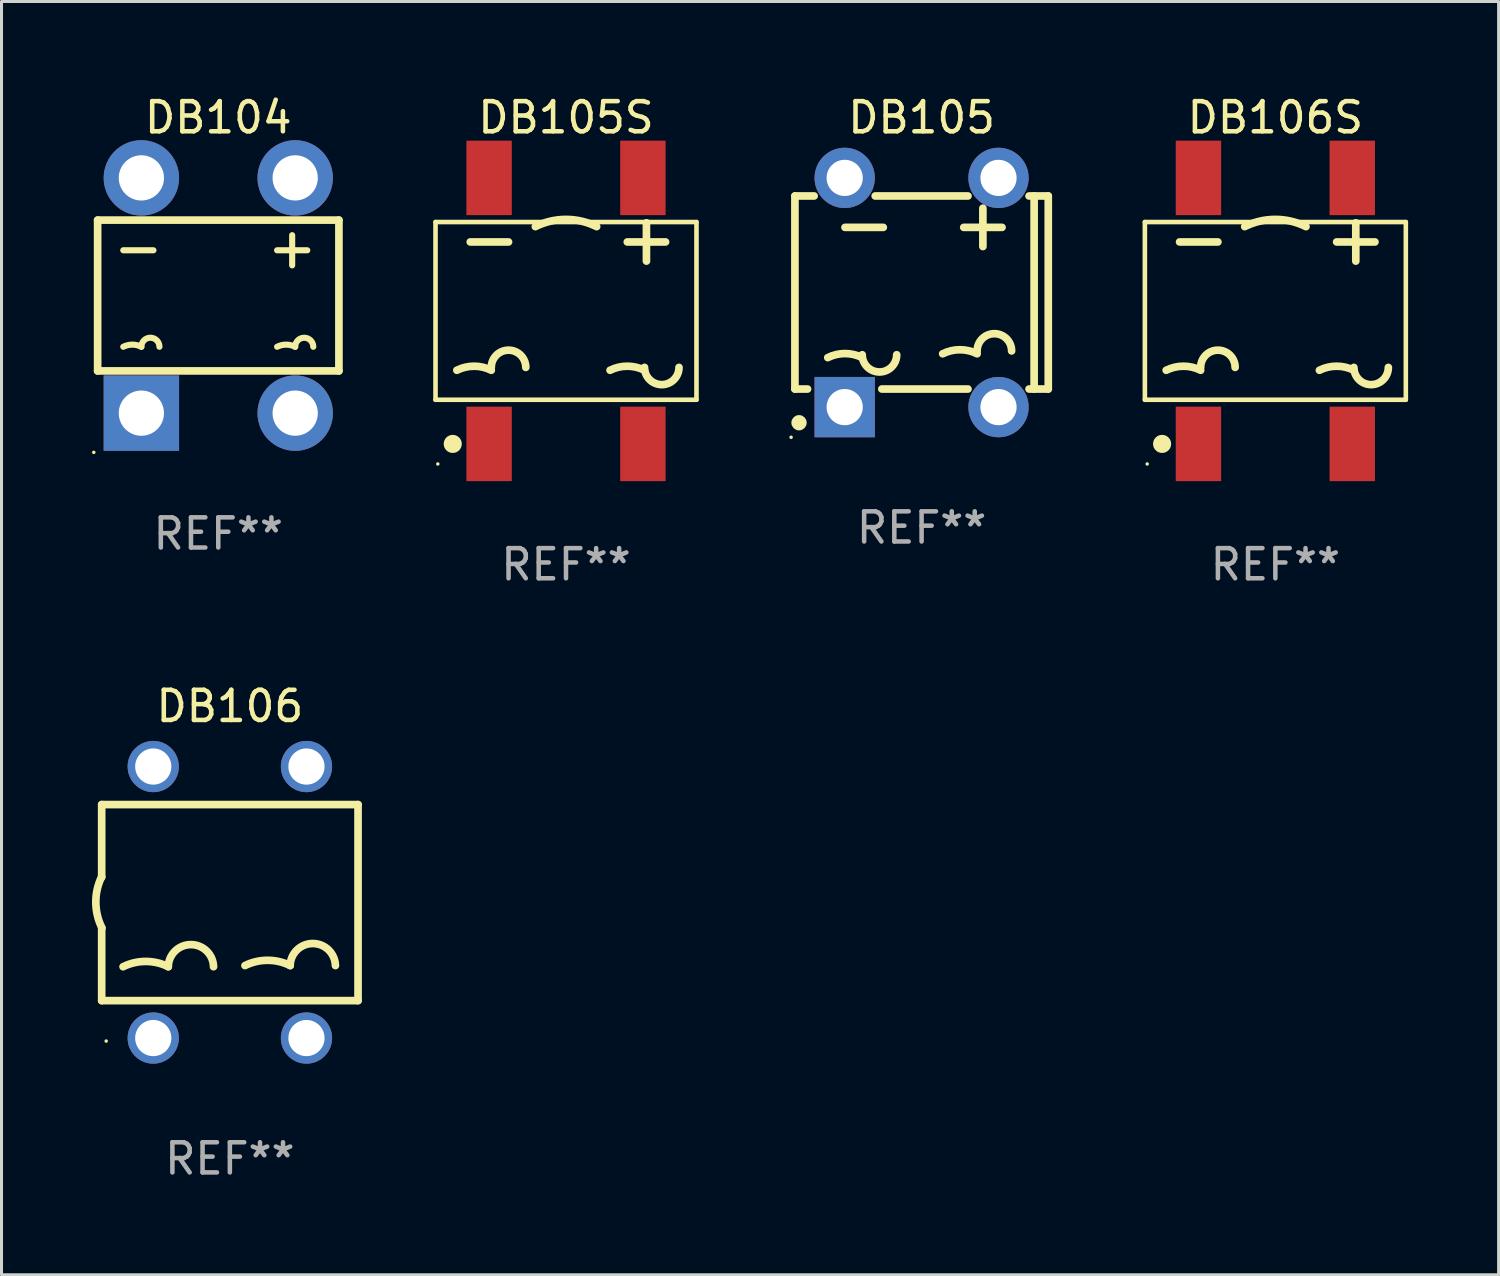
<source format=kicad_pcb>
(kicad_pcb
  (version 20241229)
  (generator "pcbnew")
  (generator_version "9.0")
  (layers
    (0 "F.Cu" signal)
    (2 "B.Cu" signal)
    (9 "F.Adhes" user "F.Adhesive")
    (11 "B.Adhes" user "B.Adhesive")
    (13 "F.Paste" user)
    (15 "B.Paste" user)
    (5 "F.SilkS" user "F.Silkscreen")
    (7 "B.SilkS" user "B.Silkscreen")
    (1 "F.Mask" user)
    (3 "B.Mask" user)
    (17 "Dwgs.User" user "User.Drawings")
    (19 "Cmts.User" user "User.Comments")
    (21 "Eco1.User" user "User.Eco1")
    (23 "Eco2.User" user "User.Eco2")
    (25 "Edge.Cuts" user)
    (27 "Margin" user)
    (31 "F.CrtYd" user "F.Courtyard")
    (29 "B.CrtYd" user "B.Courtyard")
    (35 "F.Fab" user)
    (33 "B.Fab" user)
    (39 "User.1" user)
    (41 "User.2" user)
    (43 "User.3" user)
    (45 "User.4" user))
  (footprint "DB105S"
    (layer "F.Cu")
    (at 15.716 7.258)
    (property "Reference" "DB105S" (at 0 -6.41 0) (layer "F.SilkS") (effects (font (size 1 1) (thickness 0.15))))
    (attr through_hole)
    (fp_line (start -4.326 -2.946) (end 4.326 -2.946) (stroke (width 0.152) (type solid)) (layer "F.SilkS"))
    (fp_line (start -4.326 2.946) (end -4.326 -2.946) (stroke (width 0.152) (type solid)) (layer "F.SilkS"))
    (fp_line (start -3.175 -2.286) (end -1.905 -2.286) (stroke (width 0.254) (type solid)) (layer "F.SilkS"))
    (fp_line (start 2.032 -2.286) (end 3.302 -2.286) (stroke (width 0.254) (type solid)) (layer "F.SilkS"))
    (fp_line (start 2.667 -1.651) (end 2.667 -2.921) (stroke (width 0.254) (type solid)) (layer "F.SilkS"))
    (fp_line (start 4.326 -2.946) (end 4.326 2.946) (stroke (width 0.152) (type solid)) (layer "F.SilkS"))
    (fp_line (start 4.326 2.946) (end -4.326 2.946) (stroke (width 0.152) (type solid)) (layer "F.SilkS"))
    (fp_arc (start -3.619507 1.968504) (mid -3.048006 1.833591) (end -2.476505 1.968504) (stroke (width 0.254001) (type solid)) (layer "F.SilkS"))
    (fp_arc (start -2.476505 1.873254) (mid -1.905004 1.301753) (end -1.333503 1.873254) (stroke (width 0.254001) (type solid)) (layer "F.SilkS"))
    (fp_arc (start -1.016002 -2.794006) (mid 0 -3.033852) (end 1.016002 -2.794006) (stroke (width 0.254001) (type solid)) (layer "F.SilkS"))
    (fp_arc (start 1.460503 1.968504) (mid 2.032004 1.833591) (end 2.603505 1.968504) (stroke (width 0.254001) (type solid)) (layer "F.SilkS"))
    (fp_arc (start 3.746507 1.873254) (mid 3.175006 2.444755) (end 2.603505 1.873254) (stroke (width 0.254001) (type solid)) (layer "F.SilkS"))
    (fp_circle (center -4.25 5.075) (end -4.22 5.075) (stroke (width 0.06) (type solid)) (fill no) (layer "F.SilkS"))
    (fp_circle (center -3.755 4.41) (end -3.605 4.41) (stroke (width 0.3) (type solid)) (fill no) (layer "F.SilkS"))
    (fp_text user "REF**" (at 0 8.41 0) (layer "F.Fab") (effects (font (size 1 1) (thickness 0.15))))
    (pad "1" smd rect (at -2.55 4.41 180) (size 1.505 2.47) (layers "F.Cu" "F.Mask" "F.Paste"))
    (pad "2" smd rect (at 2.55 4.41 180) (size 1.505 2.47) (layers "F.Cu" "F.Mask" "F.Paste"))
    (pad "3" smd rect (at 2.55 -4.41 180) (size 1.505 2.47) (layers "F.Cu" "F.Mask" "F.Paste"))
    (pad "4" smd rect (at -2.55 -4.41 180) (size 1.505 2.47) (layers "F.Cu" "F.Mask" "F.Paste")))
  (footprint "DB104"
    (layer "F.Cu")
    (at 4.187 6.748)
    (property "Reference" "DB104" (at 0 -5.9 0) (layer "F.SilkS") (effects (font (size 1 1) (thickness 0.15))))
    (attr through_hole)
    (fp_line (start -4 -2.5) (end -4 2.5) (stroke (width 0.254) (type solid)) (layer "F.SilkS"))
    (fp_line (start -4 2.5) (end 4 2.5) (stroke (width 0.254) (type solid)) (layer "F.SilkS"))
    (fp_line (start -3.15 -1.5) (end -2.15 -1.5) (stroke (width 0.203) (type solid)) (layer "F.SilkS"))
    (fp_line (start 1.95 -1.5) (end 2.95 -1.5) (stroke (width 0.203) (type solid)) (layer "F.SilkS"))
    (fp_line (start 2.45 -1) (end 2.45 -2) (stroke (width 0.203) (type solid)) (layer "F.SilkS"))
    (fp_line (start 4 -2.5) (end -4 -2.5) (stroke (width 0.254) (type solid)) (layer "F.SilkS"))
    (fp_line (start 4 2.5) (end 4 -2.5) (stroke (width 0.254) (type solid)) (layer "F.SilkS"))
    (fp_arc (start -3.149606 1.699263) (mid -2.849885 1.628538) (end -2.550165 1.699264) (stroke (width 0.2032) (type solid)) (layer "F.SilkS"))
    (fp_arc (start -2.550166 1.699264) (mid -2.250445 1.399822) (end -1.950724 1.699263) (stroke (width 0.2032) (type solid)) (layer "F.SilkS"))
    (fp_arc (start 1.950724 1.699263) (mid 2.250445 1.628538) (end 2.550166 1.699263) (stroke (width 0.2032) (type solid)) (layer "F.SilkS"))
    (fp_arc (start 2.550166 1.699264) (mid 2.849886 1.399823) (end 3.149606 1.699263) (stroke (width 0.2032) (type solid)) (layer "F.SilkS"))
    (fp_circle (center -4.127 5.2) (end -4.097 5.2) (stroke (width 0.06) (type solid)) (fill no) (layer "F.SilkS"))
    (fp_text user "REF**" (at 0 7.9 0) (layer "F.Fab") (effects (font (size 1 1) (thickness 0.15))))
    (pad "1" thru_hole rect (at -2.55 3.9 180) (size 2.5 2.5) (drill 1.5) (layers "*.Cu" "*.Mask"))
    (pad "2" thru_hole circle (at 2.55 3.9) (size 2.5 2.5) (drill 1.5) (layers "*.Cu" "*.Mask"))
    (pad "3" thru_hole circle (at 2.55 -3.9) (size 2.5 2.5) (drill 1.5) (layers "*.Cu" "*.Mask"))
    (pad "4" thru_hole circle (at -2.55 -3.9) (size 2.5 2.5) (drill 1.5) (layers "*.Cu" "*.Mask")))
  (footprint "DB106S"
    (layer "F.Cu")
    (at 39.235 7.258)
    (property "Reference" "DB106S" (at 0 -6.41 0) (layer "F.SilkS") (effects (font (size 1 1) (thickness 0.15))))
    (attr through_hole)
    (fp_line (start -4.326 -2.946) (end 4.326 -2.946) (stroke (width 0.152) (type solid)) (layer "F.SilkS"))
    (fp_line (start -4.326 2.946) (end -4.326 -2.946) (stroke (width 0.152) (type solid)) (layer "F.SilkS"))
    (fp_line (start -3.175 -2.286) (end -1.905 -2.286) (stroke (width 0.254) (type solid)) (layer "F.SilkS"))
    (fp_line (start 2.032 -2.286) (end 3.302 -2.286) (stroke (width 0.254) (type solid)) (layer "F.SilkS"))
    (fp_line (start 2.667 -1.651) (end 2.667 -2.921) (stroke (width 0.254) (type solid)) (layer "F.SilkS"))
    (fp_line (start 4.326 -2.946) (end 4.326 2.946) (stroke (width 0.152) (type solid)) (layer "F.SilkS"))
    (fp_line (start 4.326 2.946) (end -4.326 2.946) (stroke (width 0.152) (type solid)) (layer "F.SilkS"))
    (fp_arc (start -3.619507 1.968504) (mid -3.048006 1.833591) (end -2.476505 1.968504) (stroke (width 0.254001) (type solid)) (layer "F.SilkS"))
    (fp_arc (start -2.476505 1.873254) (mid -1.905004 1.301753) (end -1.333503 1.873254) (stroke (width 0.254001) (type solid)) (layer "F.SilkS"))
    (fp_arc (start -1.016002 -2.794006) (mid 0 -3.033852) (end 1.016002 -2.794006) (stroke (width 0.254001) (type solid)) (layer "F.SilkS"))
    (fp_arc (start 1.460503 1.968504) (mid 2.032004 1.833591) (end 2.603505 1.968504) (stroke (width 0.254001) (type solid)) (layer "F.SilkS"))
    (fp_arc (start 3.746507 1.873254) (mid 3.175006 2.444755) (end 2.603505 1.873254) (stroke (width 0.254001) (type solid)) (layer "F.SilkS"))
    (fp_circle (center -4.25 5.075) (end -4.22 5.075) (stroke (width 0.06) (type solid)) (fill no) (layer "F.SilkS"))
    (fp_circle (center -3.755 4.41) (end -3.605 4.41) (stroke (width 0.3) (type solid)) (fill no) (layer "F.SilkS"))
    (fp_text user "REF**" (at 0 8.41 0) (layer "F.Fab") (effects (font (size 1 1) (thickness 0.15))))
    (pad "1" smd rect (at -2.55 4.41 180) (size 1.505 2.47) (layers "F.Cu" "F.Mask" "F.Paste"))
    (pad "2" smd rect (at 2.55 4.41 180) (size 1.505 2.47) (layers "F.Cu" "F.Mask" "F.Paste"))
    (pad "3" smd rect (at 2.55 -4.41 180) (size 1.505 2.47) (layers "F.Cu" "F.Mask" "F.Paste"))
    (pad "4" smd rect (at -2.55 -4.41 180) (size 1.505 2.47) (layers "F.Cu" "F.Mask" "F.Paste")))
  (footprint "DB106"
    (layer "F.Cu")
    (at 4.571 26.866)
    (property "Reference" "DB106" (at 0 -6.501 0) (layer "F.SilkS") (effects (font (size 1 1) (thickness 0.15))))
    (attr through_hole)
    (fp_line (start -4.25 -3.24) (end 4.25 -3.24) (stroke (width 0.254) (type solid)) (layer "F.SilkS"))
    (fp_line (start -4.25 -3.24) (end -4.25 -0.83) (stroke (width 0.254) (type solid)) (layer "F.SilkS"))
    (fp_line (start -4.25 0.85) (end -4.25 3.26) (stroke (width 0.254) (type solid)) (layer "F.SilkS"))
    (fp_line (start -4.25 3.26) (end 4.25 3.26) (stroke (width 0.254) (type solid)) (layer "F.SilkS"))
    (fp_line (start 4.25 -3.24) (end 4.25 3.26) (stroke (width 0.254) (type solid)) (layer "F.SilkS"))
    (fp_arc (start -4.240031 0.849885) (mid -4.444048 0.001159) (end -4.249936 -0.849886) (stroke (width 0.254001) (type solid)) (layer "F.SilkS"))
    (fp_arc (start -3.540767 2.136144) (mid -2.790196 1.960948) (end -2.039624 2.136144) (stroke (width 0.254001) (type solid)) (layer "F.SilkS"))
    (fp_arc (start -2.042165 2.136144) (mid -1.291593 1.40438) (end -0.541021 2.136144) (stroke (width 0.254001) (type solid)) (layer "F.SilkS"))
    (fp_arc (start 0.500381 2.098044) (mid 1.250953 1.922848) (end 2.001524 2.098044) (stroke (width 0.254001) (type solid)) (layer "F.SilkS"))
    (fp_arc (start 1.998983 2.098044) (mid 2.749555 1.36628) (end 3.500127 2.098044) (stroke (width 0.254001) (type solid)) (layer "F.SilkS"))
    (fp_circle (center -4.1 4.601) (end -4.07 4.601) (stroke (width 0.06) (type solid)) (fill no) (layer "F.SilkS"))
    (fp_text user "+" (at 1.598 -1.798 0) (layer "B.Mask") (effects (font (size 1 1) (thickness 0.15))))
    (fp_text user "-" (at -3.409 -1.801 0) (layer "B.Mask") (effects (font (size 1 1) (thickness 0.15))))
    (fp_text user "REF**" (at 0 8.501 0) (layer "F.Fab") (effects (font (size 1 1) (thickness 0.15))))
    (pad "1" thru_hole circle (at -2.54 4.501) (size 1.7 1.7) (drill 1.2) (layers "*.Cu" "*.Mask"))
    (pad "2" thru_hole circle (at 2.54 4.501) (size 1.7 1.7) (drill 1.2) (layers "*.Cu" "*.Mask"))
    (pad "3" thru_hole circle (at 2.54 -4.501) (size 1.7 1.7) (drill 1.2) (layers "*.Cu" "*.Mask"))
    (pad "4" thru_hole circle (at -2.54 -4.501) (size 1.7 1.7) (drill 1.2) (layers "*.Cu" "*.Mask")))
  (footprint "DB105"
    (layer "F.Cu")
    (at 27.506 6.648)
    (property "Reference" "DB105" (at 0 -5.8 0) (layer "F.SilkS") (effects (font (size 1 1) (thickness 0.15))))
    (attr through_hole)
    (fp_line (start -4.2 -3.2) (end -4.2 3.2) (stroke (width 0.254) (type solid)) (layer "F.SilkS"))
    (fp_line (start -4.2 -3.2) (end -3.562 -3.2) (stroke (width 0.254) (type solid)) (layer "F.SilkS"))
    (fp_line (start -4.2 3.2) (end -3.781 3.2) (stroke (width 0.254) (type solid)) (layer "F.SilkS"))
    (fp_line (start -2.54 -2.159) (end -1.27 -2.159) (stroke (width 0.254) (type solid)) (layer "F.SilkS"))
    (fp_line (start -1.538 -3.2) (end 1.538 -3.2) (stroke (width 0.254) (type solid)) (layer "F.SilkS"))
    (fp_line (start -1.319 3.2) (end 1.538 3.2) (stroke (width 0.254) (type solid)) (layer "F.SilkS"))
    (fp_line (start 1.397 -2.159) (end 2.667 -2.159) (stroke (width 0.254) (type solid)) (layer "F.SilkS"))
    (fp_line (start 2.032 -1.524) (end 2.032 -2.794) (stroke (width 0.254) (type solid)) (layer "F.SilkS"))
    (fp_line (start 3.562 3.2) (end 4.2 3.2) (stroke (width 0.254) (type solid)) (layer "F.SilkS"))
    (fp_line (start 3.562 -3.2) (end 4.2 -3.2) (stroke (width 0.254) (type solid)) (layer "F.SilkS"))
    (fp_line (start 3.731 -3.2) (end 3.731 3.2) (stroke (width 0.254) (type solid)) (layer "F.SilkS"))
    (fp_line (start 4.2 -3.2) (end 4.2 3.2) (stroke (width 0.254) (type solid)) (layer "F.SilkS"))
    (fp_arc (start -3.111506 2.158877) (mid -2.540005 2.023964) (end -1.968503 2.158877) (stroke (width 0.254001) (type solid)) (layer "F.SilkS"))
    (fp_arc (start -0.825502 2.063627) (mid -1.397003 2.635128) (end -1.968504 2.063627) (stroke (width 0.254001) (type solid)) (layer "F.SilkS"))
    (fp_arc (start 0.698501 2.031877) (mid 1.270002 1.896963) (end 1.841503 2.031876) (stroke (width 0.254001) (type solid)) (layer "F.SilkS"))
    (fp_arc (start 1.841504 1.936627) (mid 2.413005 1.365126) (end 2.984506 1.936627) (stroke (width 0.254001) (type solid)) (layer "F.SilkS"))
    (fp_circle (center -4.327 4.8) (end -4.297 4.8) (stroke (width 0.06) (type solid)) (fill no) (layer "F.SilkS"))
    (fp_circle (center -4.064 4.318) (end -3.937 4.318) (stroke (width 0.254) (type solid)) (fill no) (layer "F.SilkS"))
    (fp_text user "REF**" (at 0 7.8 0) (layer "F.Fab") (effects (font (size 1 1) (thickness 0.15))))
    (pad "1" thru_hole rect (at -2.55 3.8 90) (size 2 2) (drill 1.2) (layers "*.Cu" "*.Mask"))
    (pad "2" thru_hole circle (at 2.55 3.8) (size 2 2) (drill 1.2) (layers "*.Cu" "*.Mask"))
    (pad "3" thru_hole circle (at 2.55 -3.8) (size 2 2) (drill 1.2) (layers "*.Cu" "*.Mask"))
    (pad "4" thru_hole circle (at -2.55 -3.8) (size 2 2) (drill 1.2) (layers "*.Cu" "*.Mask")))
  (gr_rect
    (start -3 -3)
    (end 46.637 39.215)
    (stroke (width 0.1) (type default))
    (fill no)
    (layer "Edge.Cuts")))
</source>
